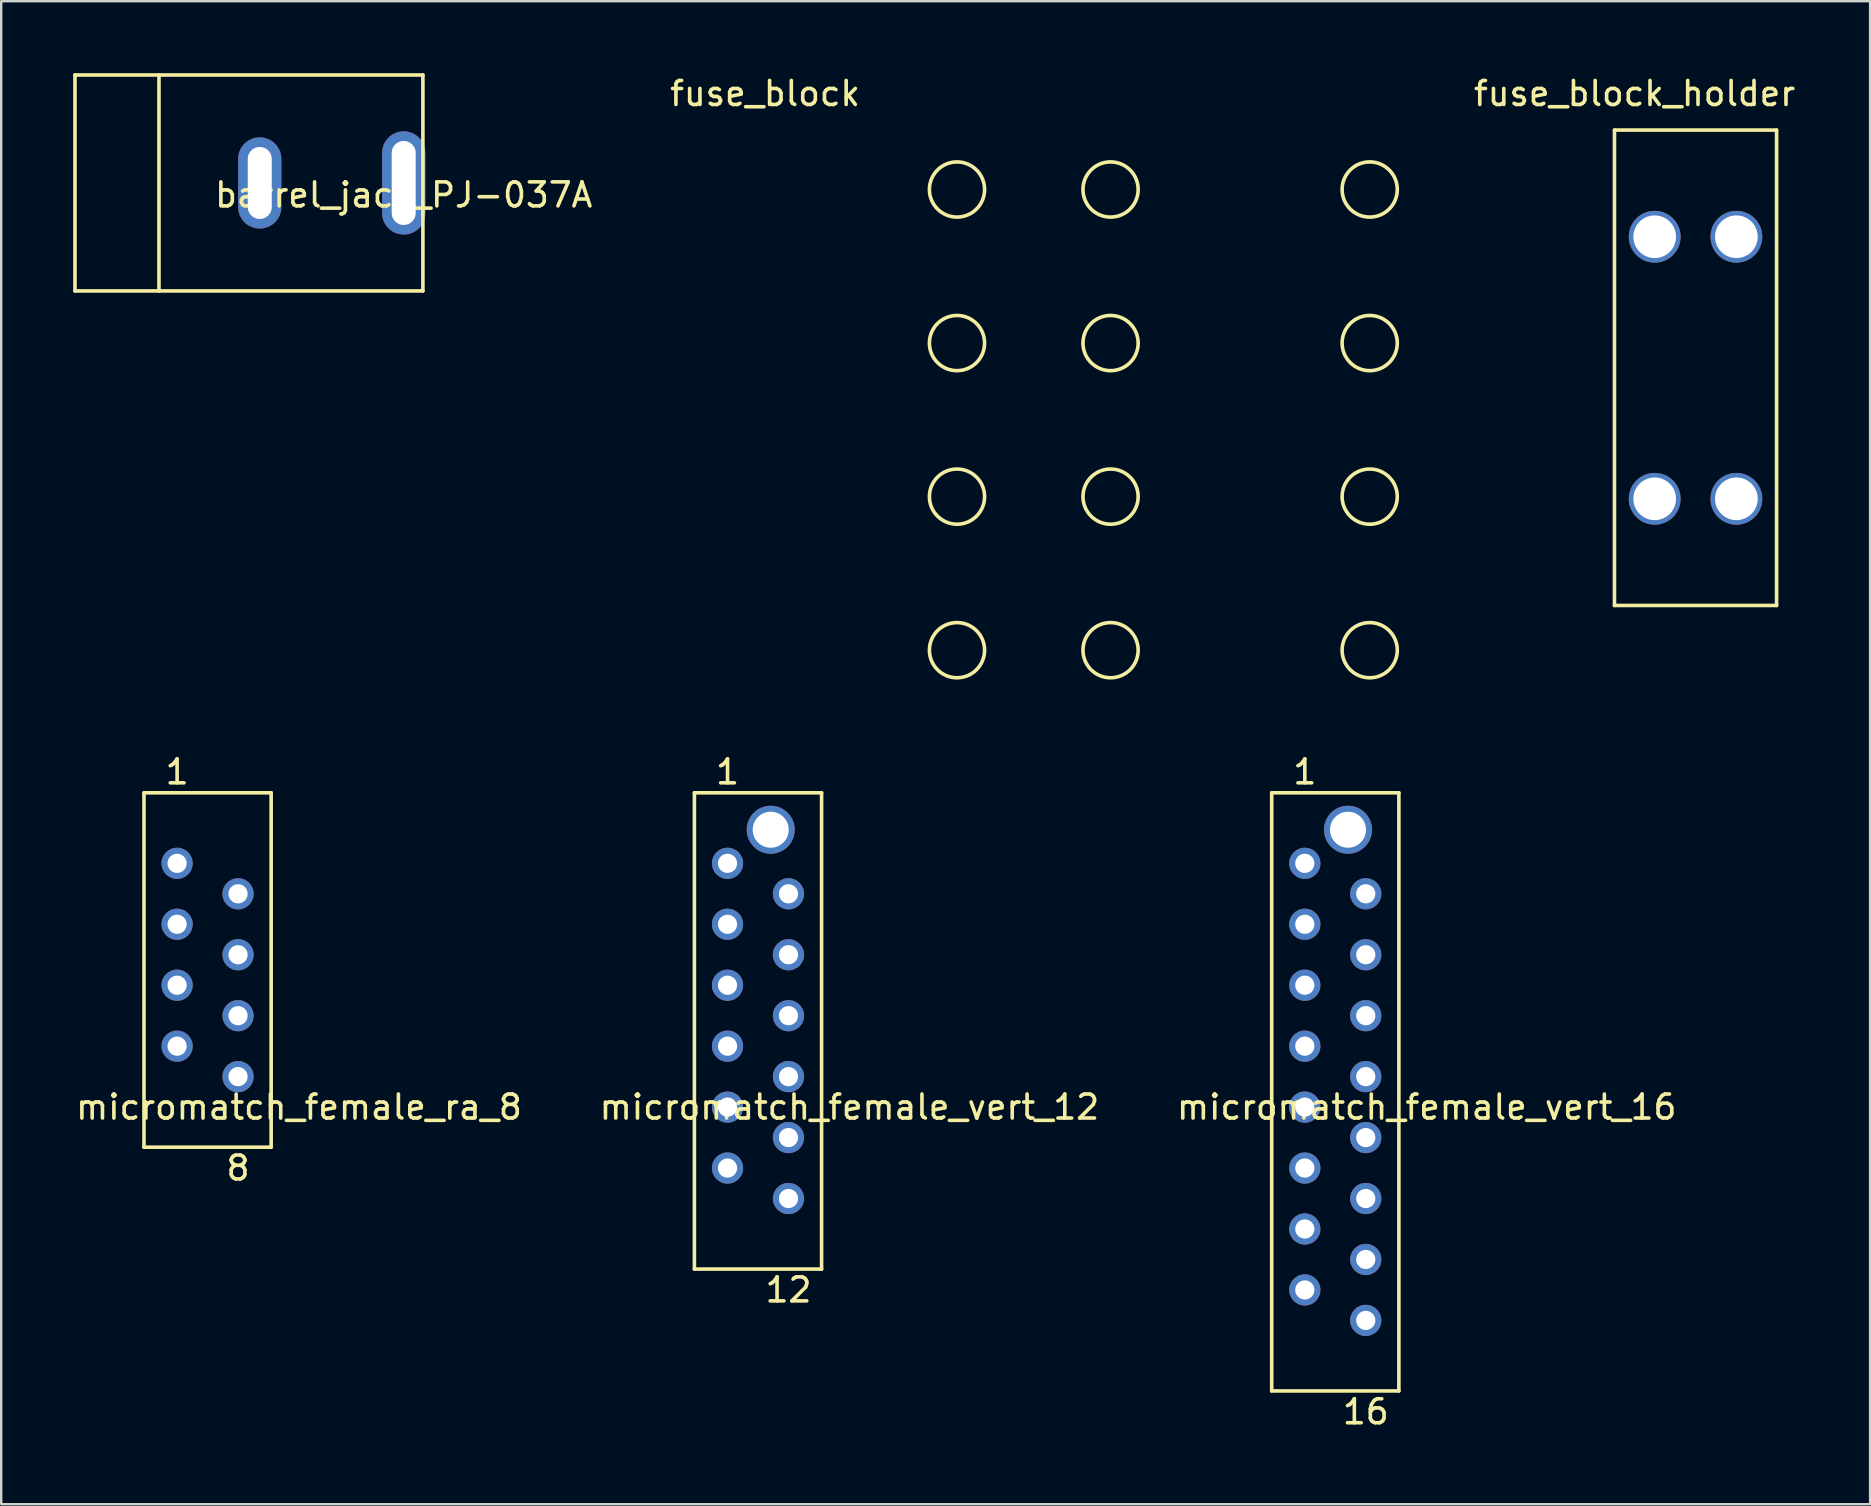
<source format=kicad_pcb>
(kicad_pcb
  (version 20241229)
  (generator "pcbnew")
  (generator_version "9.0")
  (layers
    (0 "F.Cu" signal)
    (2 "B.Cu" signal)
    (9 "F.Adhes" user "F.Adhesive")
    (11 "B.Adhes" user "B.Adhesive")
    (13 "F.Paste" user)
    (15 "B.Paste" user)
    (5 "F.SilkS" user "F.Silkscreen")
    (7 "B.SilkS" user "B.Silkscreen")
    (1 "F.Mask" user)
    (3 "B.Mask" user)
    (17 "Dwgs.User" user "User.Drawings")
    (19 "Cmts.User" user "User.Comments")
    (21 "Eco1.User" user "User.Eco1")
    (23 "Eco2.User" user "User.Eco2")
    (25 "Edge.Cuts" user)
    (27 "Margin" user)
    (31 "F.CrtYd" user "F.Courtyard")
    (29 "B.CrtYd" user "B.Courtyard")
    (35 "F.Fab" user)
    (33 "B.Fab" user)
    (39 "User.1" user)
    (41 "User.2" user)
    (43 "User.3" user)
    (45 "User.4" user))
  (footprint "barrel_jack_PJ-037A"
    (layer "F.Cu")
    (at 13.775 4.575)
    (property "Reference" "barrel_jack_PJ-037A" (at 0 0.5 0) (layer "F.SilkS") (effects (font (size 1 1) (thickness 0.15))))
    (attr through_hole)
    (fp_line (start -13.7 -4.5) (end -13.7 4.5) (stroke (width 0.15) (type solid)) (layer "F.SilkS"))
    (fp_line (start -13.7 -4.5) (end 0.8 -4.5) (stroke (width 0.15) (type solid)) (layer "F.SilkS"))
    (fp_line (start -13.7 4.5) (end 0.8 4.5) (stroke (width 0.15) (type solid)) (layer "F.SilkS"))
    (fp_line (start -10.2 -4.5) (end -10.2 4.5) (stroke (width 0.15) (type solid)) (layer "F.SilkS"))
    (fp_line (start 0.8 -4.5) (end 0.8 4.5) (stroke (width 0.15) (type solid)) (layer "F.SilkS"))
    (pad "1" thru_hole oval (at 0 0) (size 1.8 4.3) (drill oval 1 3.5) (layers "*.Cu" "*.Mask"))
    (pad "2" thru_hole oval (at -6 0) (size 1.8 3.8) (drill oval 1 3) (layers "*.Cu" "*.Mask")))
  (footprint "micromatch_female_ra_8"
    (layer "F.Cu")
    (at 4.331 38.011)
    (property "Reference" "micromatch_female_ra_8" (at 5.08 5.08 0) (layer "F.SilkS") (effects (font (size 1 1) (thickness 0.15))))
    (attr through_hole)
    (fp_line (start -1.38 -8.02) (end 3.92 -8.02) (stroke (width 0.15) (type solid)) (layer "F.SilkS"))
    (fp_line (start -1.38 6.75) (end -1.38 -8.02) (stroke (width 0.15) (type solid)) (layer "F.SilkS"))
    (fp_line (start -1.38 6.75) (end 3.92 6.75) (stroke (width 0.15) (type solid)) (layer "F.SilkS"))
    (fp_line (start 3.92 6.75) (end 3.92 -8.02) (stroke (width 0.15) (type solid)) (layer "F.SilkS"))
    (fp_text user "8" (at 2.54 7.62 0) (layer "F.SilkS") (effects (font (size 1 1) (thickness 0.15))))
    (fp_text user "1" (at 0 -8.89 0) (layer "F.SilkS") (effects (font (size 1 1) (thickness 0.15))))
    (pad "1" thru_hole circle (at 0 -5.08) (size 1.3 1.3) (drill 0.8) (layers "*.Cu" "*.Mask"))
    (pad "2" thru_hole circle (at 2.54 -3.81) (size 1.3 1.3) (drill 0.8) (layers "*.Cu" "*.Mask"))
    (pad "3" thru_hole circle (at 0 -2.54) (size 1.3 1.3) (drill 0.8) (layers "*.Cu" "*.Mask"))
    (pad "4" thru_hole circle (at 2.54 -1.27) (size 1.3 1.3) (drill 0.8) (layers "*.Cu" "*.Mask"))
    (pad "5" thru_hole circle (at 0 0) (size 1.3 1.3) (drill 0.8) (layers "*.Cu" "*.Mask"))
    (pad "6" thru_hole circle (at 2.54 1.27) (size 1.3 1.3) (drill 0.8) (layers "*.Cu" "*.Mask"))
    (pad "7" thru_hole circle (at 0 2.54) (size 1.3 1.3) (drill 0.8) (layers "*.Cu" "*.Mask"))
    (pad "8" thru_hole circle (at 2.54 3.81) (size 1.3 1.3) (drill 0.8) (layers "*.Cu" "*.Mask")))
  (footprint "fuse_block"
    (layer "F.Cu")
    (at 36.835 4.848)
    (property "Reference" "fuse_block" (at -8 -4 0) (layer "F.SilkS") (effects (font (size 1 1) (thickness 0.15))))
    (attr through_hole)
    (fp_circle (center 0 0) (end 0 1.15) (stroke (width 0.15) (type solid)) (fill no) (layer "F.SilkS"))
    (fp_circle (center 0 6.4) (end 0 5.25) (stroke (width 0.15) (type solid)) (fill no) (layer "F.SilkS"))
    (fp_circle (center 0 12.8) (end 0 11.65) (stroke (width 0.15) (type solid)) (fill no) (layer "F.SilkS"))
    (fp_circle (center 0 19.2) (end 0 18.05) (stroke (width 0.15) (type solid)) (fill no) (layer "F.SilkS"))
    (fp_circle (center 6.4 0) (end 5.25 0) (stroke (width 0.15) (type solid)) (fill no) (layer "F.SilkS"))
    (fp_circle (center 6.4 6.4) (end 6.4 5.25) (stroke (width 0.15) (type solid)) (fill no) (layer "F.SilkS"))
    (fp_circle (center 6.4 12.8) (end 5.25 12.8) (stroke (width 0.15) (type solid)) (fill no) (layer "F.SilkS"))
    (fp_circle (center 6.4 19.2) (end 5.25 19.2) (stroke (width 0.15) (type solid)) (fill no) (layer "F.SilkS"))
    (fp_circle (center 17.2 0) (end 16.05 0) (stroke (width 0.15) (type solid)) (fill no) (layer "F.SilkS"))
    (fp_circle (center 17.2 6.4) (end 16.05 6.4) (stroke (width 0.15) (type solid)) (fill no) (layer "F.SilkS"))
    (fp_circle (center 17.2 12.8) (end 16.05 12.8) (stroke (width 0.15) (type solid)) (fill no) (layer "F.SilkS"))
    (fp_circle (center 17.2 19.2) (end 16.05 19.2) (stroke (width 0.15) (type solid)) (fill no) (layer "F.SilkS")))
  (footprint "fuse_block_holder"
    (layer "F.Cu")
    (at 67.615 12.278)
    (property "Reference" "fuse_block_holder" (at -2.54 -11.43 0) (layer "F.SilkS") (effects (font (size 1 1) (thickness 0.15))))
    (attr through_hole)
    (fp_line (start -3.378 -9.906) (end -3.378 9.906) (stroke (width 0.15) (type solid)) (layer "F.SilkS"))
    (fp_line (start -3.378 -9.906) (end 3.378 -9.906) (stroke (width 0.15) (type solid)) (layer "F.SilkS"))
    (fp_line (start 3.378 9.906) (end -3.378 9.906) (stroke (width 0.15) (type solid)) (layer "F.SilkS"))
    (fp_line (start 3.378 9.906) (end 3.378 -9.906) (stroke (width 0.15) (type solid)) (layer "F.SilkS"))
    (pad "1" thru_hole circle (at -1.702 -5.461) (size 2.159 2.159) (drill 1.778) (layers "*.Cu" "*.Mask"))
    (pad "1" thru_hole circle (at 1.702 -5.461) (size 2.159 2.159) (drill 1.778) (layers "*.Cu" "*.Mask"))
    (pad "2" thru_hole circle (at -1.702 5.461) (size 2.159 2.159) (drill 1.778) (layers "*.Cu" "*.Mask"))
    (pad "2" thru_hole circle (at 1.702 5.461) (size 2.159 2.159) (drill 1.778) (layers "*.Cu" "*.Mask")))
  (footprint "micromatch_female_vert_16"
    (layer "F.Cu")
    (at 51.331 38.011)
    (property "Reference" "micromatch_female_vert_16" (at 5.08 5.08 0) (layer "F.SilkS") (effects (font (size 1 1) (thickness 0.15))))
    (attr through_hole)
    (fp_line (start -1.38 -8.02) (end 3.92 -8.02) (stroke (width 0.15) (type solid)) (layer "F.SilkS"))
    (fp_line (start -1.38 16.91) (end -1.38 -8.02) (stroke (width 0.15) (type solid)) (layer "F.SilkS"))
    (fp_line (start -1.38 16.91) (end 3.92 16.91) (stroke (width 0.15) (type solid)) (layer "F.SilkS"))
    (fp_line (start 3.92 16.91) (end 3.92 -8.02) (stroke (width 0.15) (type solid)) (layer "F.SilkS"))
    (fp_text user "16" (at 2.54 17.78 0) (layer "F.SilkS") (effects (font (size 1 1) (thickness 0.15))))
    (fp_text user "1" (at 0 -8.89 0) (layer "F.SilkS") (effects (font (size 1 1) (thickness 0.15))))
    (pad "1" thru_hole circle (at 0 -5.08) (size 1.3 1.3) (drill 0.8) (layers "*.Cu" "*.Mask"))
    (pad "2" thru_hole circle (at 2.54 -3.81) (size 1.3 1.3) (drill 0.8) (layers "*.Cu" "*.Mask"))
    (pad "3" thru_hole circle (at 0 -2.54) (size 1.3 1.3) (drill 0.8) (layers "*.Cu" "*.Mask"))
    (pad "4" thru_hole circle (at 2.54 -1.27) (size 1.3 1.3) (drill 0.8) (layers "*.Cu" "*.Mask"))
    (pad "5" thru_hole circle (at 0 0) (size 1.3 1.3) (drill 0.8) (layers "*.Cu" "*.Mask"))
    (pad "6" thru_hole circle (at 2.54 1.27) (size 1.3 1.3) (drill 0.8) (layers "*.Cu" "*.Mask"))
    (pad "7" thru_hole circle (at 0 2.54) (size 1.3 1.3) (drill 0.8) (layers "*.Cu" "*.Mask"))
    (pad "8" thru_hole circle (at 2.54 3.81) (size 1.3 1.3) (drill 0.8) (layers "*.Cu" "*.Mask"))
    (pad "9" thru_hole circle (at 0 5.08) (size 1.3 1.3) (drill 0.8) (layers "*.Cu" "*.Mask"))
    (pad "10" thru_hole circle (at 2.54 6.35) (size 1.3 1.3) (drill 0.8) (layers "*.Cu" "*.Mask"))
    (pad "11" thru_hole circle (at 0 7.62) (size 1.3 1.3) (drill 0.8) (layers "*.Cu" "*.Mask"))
    (pad "12" thru_hole circle (at 2.54 8.89) (size 1.3 1.3) (drill 0.8) (layers "*.Cu" "*.Mask"))
    (pad "13" thru_hole circle (at 0 10.16) (size 1.3 1.3) (drill 0.8) (layers "*.Cu" "*.Mask"))
    (pad "14" thru_hole circle (at 2.54 11.43) (size 1.3 1.3) (drill 0.8) (layers "*.Cu" "*.Mask"))
    (pad "15" thru_hole circle (at 0 12.7) (size 1.3 1.3) (drill 0.8) (layers "*.Cu" "*.Mask"))
    (pad "16" thru_hole circle (at 2.54 13.97) (size 1.3 1.3) (drill 0.8) (layers "*.Cu" "*.Mask"))
    (pad "17" thru_hole circle (at 1.8 -6.48) (size 2 2) (drill 1.5) (layers "*.Cu" "*.Mask")))
  (footprint "micromatch_female_vert_12"
    (layer "F.Cu")
    (at 27.271 38.011)
    (property "Reference" "micromatch_female_vert_12" (at 5.08 5.08 0) (layer "F.SilkS") (effects (font (size 1 1) (thickness 0.15))))
    (attr through_hole)
    (fp_line (start -1.38 -8.02) (end 3.92 -8.02) (stroke (width 0.15) (type solid)) (layer "F.SilkS"))
    (fp_line (start -1.38 11.83) (end -1.38 -8.02) (stroke (width 0.15) (type solid)) (layer "F.SilkS"))
    (fp_line (start -1.38 11.83) (end 3.92 11.83) (stroke (width 0.15) (type solid)) (layer "F.SilkS"))
    (fp_line (start 3.92 11.83) (end 3.92 -8.02) (stroke (width 0.15) (type solid)) (layer "F.SilkS"))
    (fp_text user "12" (at 2.54 12.7 0) (layer "F.SilkS") (effects (font (size 1 1) (thickness 0.15))))
    (fp_text user "1" (at 0 -8.89 0) (layer "F.SilkS") (effects (font (size 1 1) (thickness 0.15))))
    (pad "1" thru_hole circle (at 0 -5.08) (size 1.3 1.3) (drill 0.8) (layers "*.Cu" "*.Mask"))
    (pad "2" thru_hole circle (at 2.54 -3.81) (size 1.3 1.3) (drill 0.8) (layers "*.Cu" "*.Mask"))
    (pad "3" thru_hole circle (at 0 -2.54) (size 1.3 1.3) (drill 0.8) (layers "*.Cu" "*.Mask"))
    (pad "4" thru_hole circle (at 2.54 -1.27) (size 1.3 1.3) (drill 0.8) (layers "*.Cu" "*.Mask"))
    (pad "5" thru_hole circle (at 0 0) (size 1.3 1.3) (drill 0.8) (layers "*.Cu" "*.Mask"))
    (pad "6" thru_hole circle (at 2.54 1.27) (size 1.3 1.3) (drill 0.8) (layers "*.Cu" "*.Mask"))
    (pad "7" thru_hole circle (at 0 2.54) (size 1.3 1.3) (drill 0.8) (layers "*.Cu" "*.Mask"))
    (pad "8" thru_hole circle (at 2.54 3.81) (size 1.3 1.3) (drill 0.8) (layers "*.Cu" "*.Mask"))
    (pad "9" thru_hole circle (at 0 5.08) (size 1.3 1.3) (drill 0.8) (layers "*.Cu" "*.Mask"))
    (pad "10" thru_hole circle (at 2.54 6.35) (size 1.3 1.3) (drill 0.8) (layers "*.Cu" "*.Mask"))
    (pad "11" thru_hole circle (at 0 7.62) (size 1.3 1.3) (drill 0.8) (layers "*.Cu" "*.Mask"))
    (pad "12" thru_hole circle (at 2.54 8.89) (size 1.3 1.3) (drill 0.8) (layers "*.Cu" "*.Mask"))
    (pad "13" thru_hole circle (at 1.8 -6.48) (size 2 2) (drill 1.5) (layers "*.Cu" "*.Mask")))
  (gr_rect
    (start -3 -3)
    (end 74.89 59.64)
    (stroke (width 0.1) (type default))
    (fill no)
    (layer "Edge.Cuts")))
</source>
